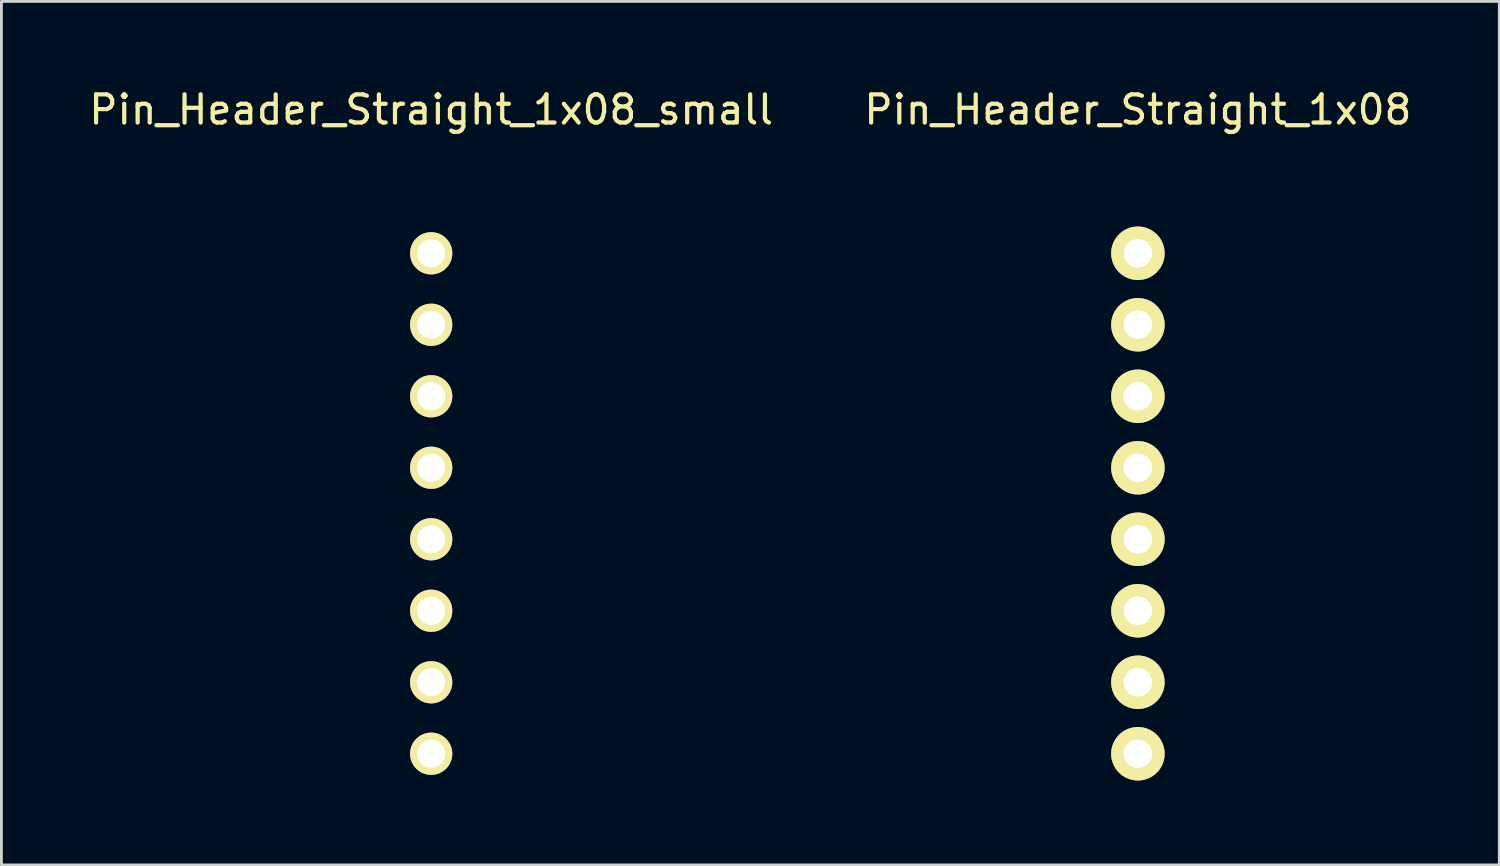
<source format=kicad_pcb>
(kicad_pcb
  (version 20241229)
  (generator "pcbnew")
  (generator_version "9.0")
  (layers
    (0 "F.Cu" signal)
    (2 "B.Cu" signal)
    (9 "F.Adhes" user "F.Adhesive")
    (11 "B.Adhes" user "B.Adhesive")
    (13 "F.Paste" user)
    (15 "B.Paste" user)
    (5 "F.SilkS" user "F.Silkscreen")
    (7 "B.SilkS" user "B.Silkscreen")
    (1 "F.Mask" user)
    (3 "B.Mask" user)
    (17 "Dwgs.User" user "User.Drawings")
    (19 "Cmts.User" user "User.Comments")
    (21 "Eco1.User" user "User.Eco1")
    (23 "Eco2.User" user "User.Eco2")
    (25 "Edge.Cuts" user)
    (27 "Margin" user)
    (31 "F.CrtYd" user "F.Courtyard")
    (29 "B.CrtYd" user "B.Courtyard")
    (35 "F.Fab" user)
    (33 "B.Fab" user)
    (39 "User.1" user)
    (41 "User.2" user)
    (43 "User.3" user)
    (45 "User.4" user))
  (footprint "Pin_Header_Straight_1x08"
    (layer "F.Cu")
    (at 37.375 5.948)
    (property "Reference" "Pin_Header_Straight_1x08" (at 0 -5.1 0) (layer "F.SilkS") (effects (font (size 1 1) (thickness 0.15))))
    (attr through_hole)
    (pad "1" thru_hole circle (at 0 0) (size 1.9 1.9) (drill 1.016) (layers "*.Cu" "*.Mask" "F.SilkS"))
    (pad "2" thru_hole circle (at 0 2.54) (size 1.9 1.9) (drill 1.016) (layers "*.Cu" "*.Mask" "F.SilkS"))
    (pad "3" thru_hole circle (at 0 5.08) (size 1.9 1.9) (drill 1.016) (layers "*.Cu" "*.Mask" "F.SilkS"))
    (pad "4" thru_hole circle (at 0 7.62) (size 1.9 1.9) (drill 1.016) (layers "*.Cu" "*.Mask" "F.SilkS"))
    (pad "5" thru_hole circle (at 0 10.16) (size 1.9 1.9) (drill 1.016) (layers "*.Cu" "*.Mask" "F.SilkS"))
    (pad "6" thru_hole circle (at 0 12.7) (size 1.9 1.9) (drill 1.016) (layers "*.Cu" "*.Mask" "F.SilkS"))
    (pad "7" thru_hole circle (at 0 15.24) (size 1.9 1.9) (drill 1.016) (layers "*.Cu" "*.Mask" "F.SilkS"))
    (pad "8" thru_hole circle (at 0 17.78) (size 1.9 1.9) (drill 1.016) (layers "*.Cu" "*.Mask" "F.SilkS")))
  (footprint "Pin_Header_Straight_1x08_small"
    (layer "F.Cu")
    (at 12.268 5.948)
    (property "Reference" "Pin_Header_Straight_1x08_small" (at 0 -5.1 0) (layer "F.SilkS") (effects (font (size 1 1) (thickness 0.15))))
    (attr through_hole)
    (pad "1" thru_hole circle (at 0 0) (size 1.5 1.5) (drill 1) (layers "*.Cu" "*.Mask" "F.SilkS"))
    (pad "2" thru_hole circle (at 0 2.54) (size 1.5 1.5) (drill 1) (layers "*.Cu" "*.Mask" "F.SilkS"))
    (pad "3" thru_hole circle (at 0 5.08) (size 1.5 1.5) (drill 1) (layers "*.Cu" "*.Mask" "F.SilkS"))
    (pad "4" thru_hole circle (at 0 7.62) (size 1.5 1.5) (drill 1) (layers "*.Cu" "*.Mask" "F.SilkS"))
    (pad "5" thru_hole circle (at 0 10.16) (size 1.5 1.5) (drill 1) (layers "*.Cu" "*.Mask" "F.SilkS"))
    (pad "6" thru_hole circle (at 0 12.7) (size 1.5 1.5) (drill 1) (layers "*.Cu" "*.Mask" "F.SilkS"))
    (pad "7" thru_hole circle (at 0 15.24) (size 1.5 1.5) (drill 1) (layers "*.Cu" "*.Mask" "F.SilkS"))
    (pad "8" thru_hole circle (at 0 17.78) (size 1.5 1.5) (drill 1) (layers "*.Cu" "*.Mask" "F.SilkS")))
  (gr_rect
    (start -3 -3)
    (end 50.214 27.678)
    (stroke (width 0.1) (type default))
    (fill no)
    (layer "Edge.Cuts")))
</source>
